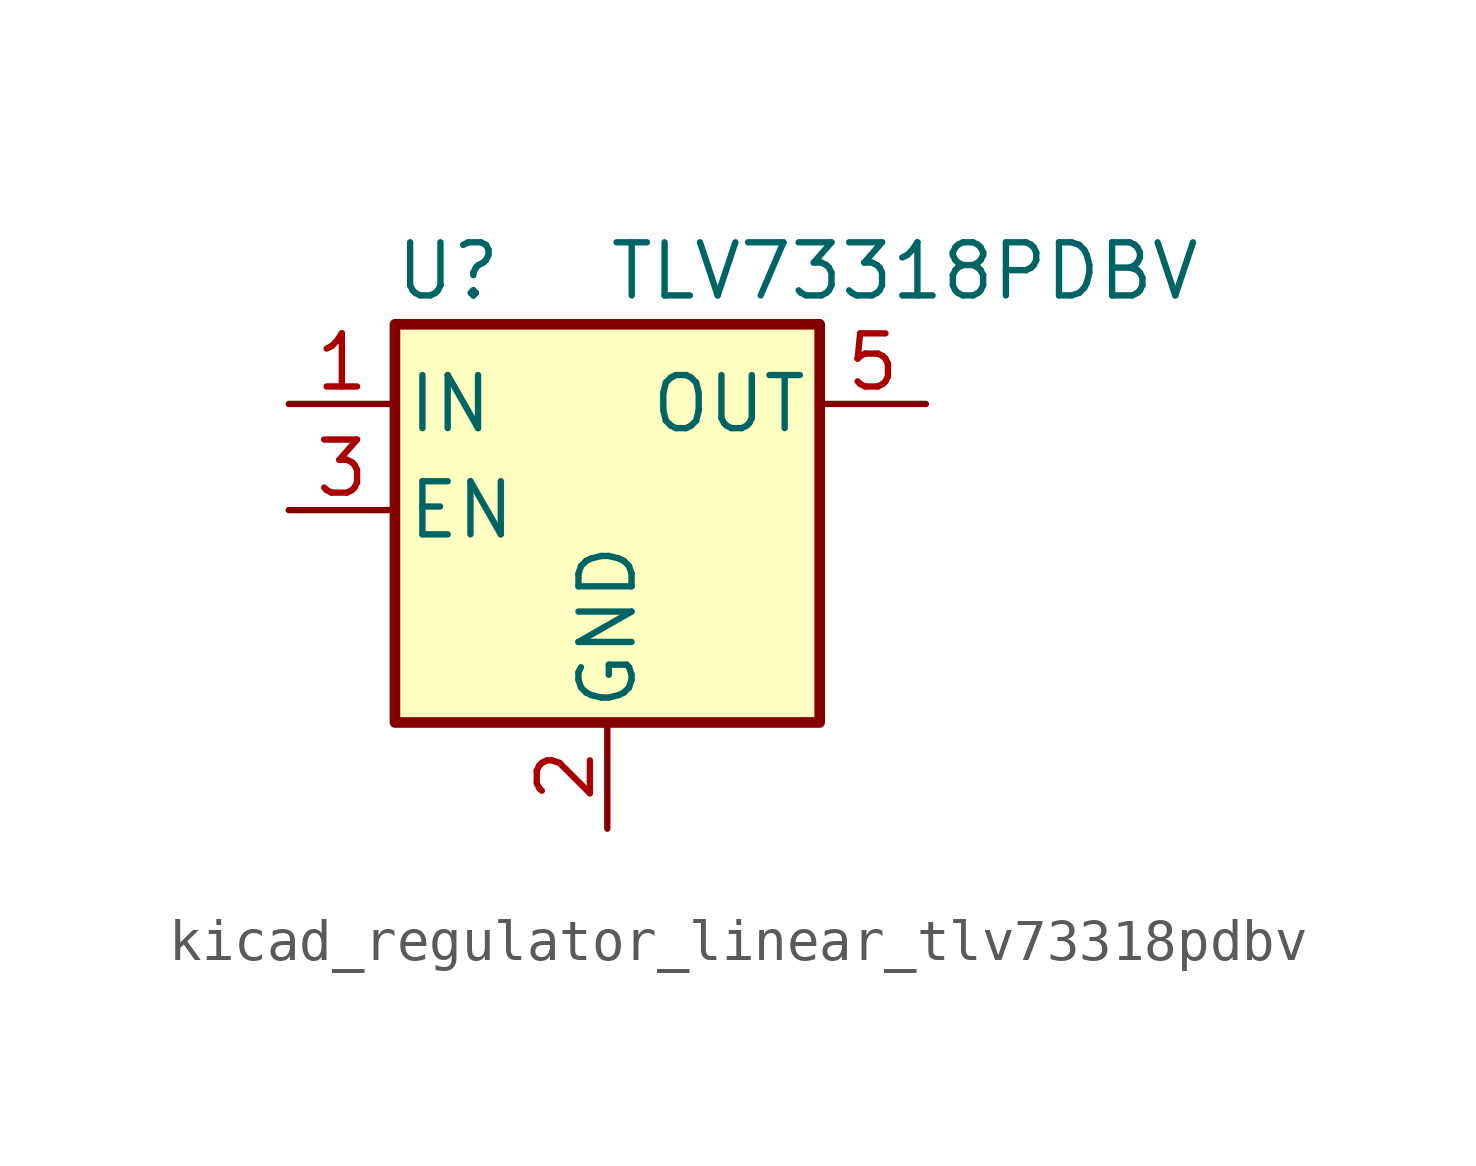
<source format=kicad_sym>
(kicad_symbol_lib
  (version 20220914)
  (generator kicad_symbol_editor)
  (symbol "kicad_regulator_linear_tlv73318pdbv"
    (pin_names
      (offset 0.254))
    (property "Reference" "U"
      (at -3.81 5.715 0)
      (effects (font (size 1.27 1.27))))
    (property "Value" "TLV73318PDBV"
      (at 0 5.715 0)
      (effects (font (size 1.27 1.27)) (justify left)))
    (symbol "kicad_regulator_linear_tlv73318pdbv_0_1"
      (rectangle (start -5.08 4.445) (end 5.08 -5.08) (stroke (width 0.254) (type default)) (fill (type background))))
    (symbol "kicad_regulator_linear_tlv73318pdbv_1_1"
      (pin power_in line (at -7.62 2.54 0) (length 2.54) (name "IN" (effects (font (size 1.27 1.27)))) (number "1" (effects (font (size 1.27 1.27)))))
      (pin power_in line (at 0 -7.62 90) (length 2.54) (name "GND" (effects (font (size 1.27 1.27)))) (number "2" (effects (font (size 1.27 1.27)))))
      (pin input line (at -7.62 0 0) (length 2.54) (name "EN" (effects (font (size 1.27 1.27)))) (number "3" (effects (font (size 1.27 1.27)))))
      (pin no_connect line (at 5.08 0 180) (length 2.54) hide (name "NC" (effects (font (size 1.27 1.27)))) (number "4" (effects (font (size 1.27 1.27)))))
      (pin power_out line (at 7.62 2.54 180) (length 2.54) (name "OUT" (effects (font (size 1.27 1.27)))) (number "5" (effects (font (size 1.27 1.27))))))))
</source>
